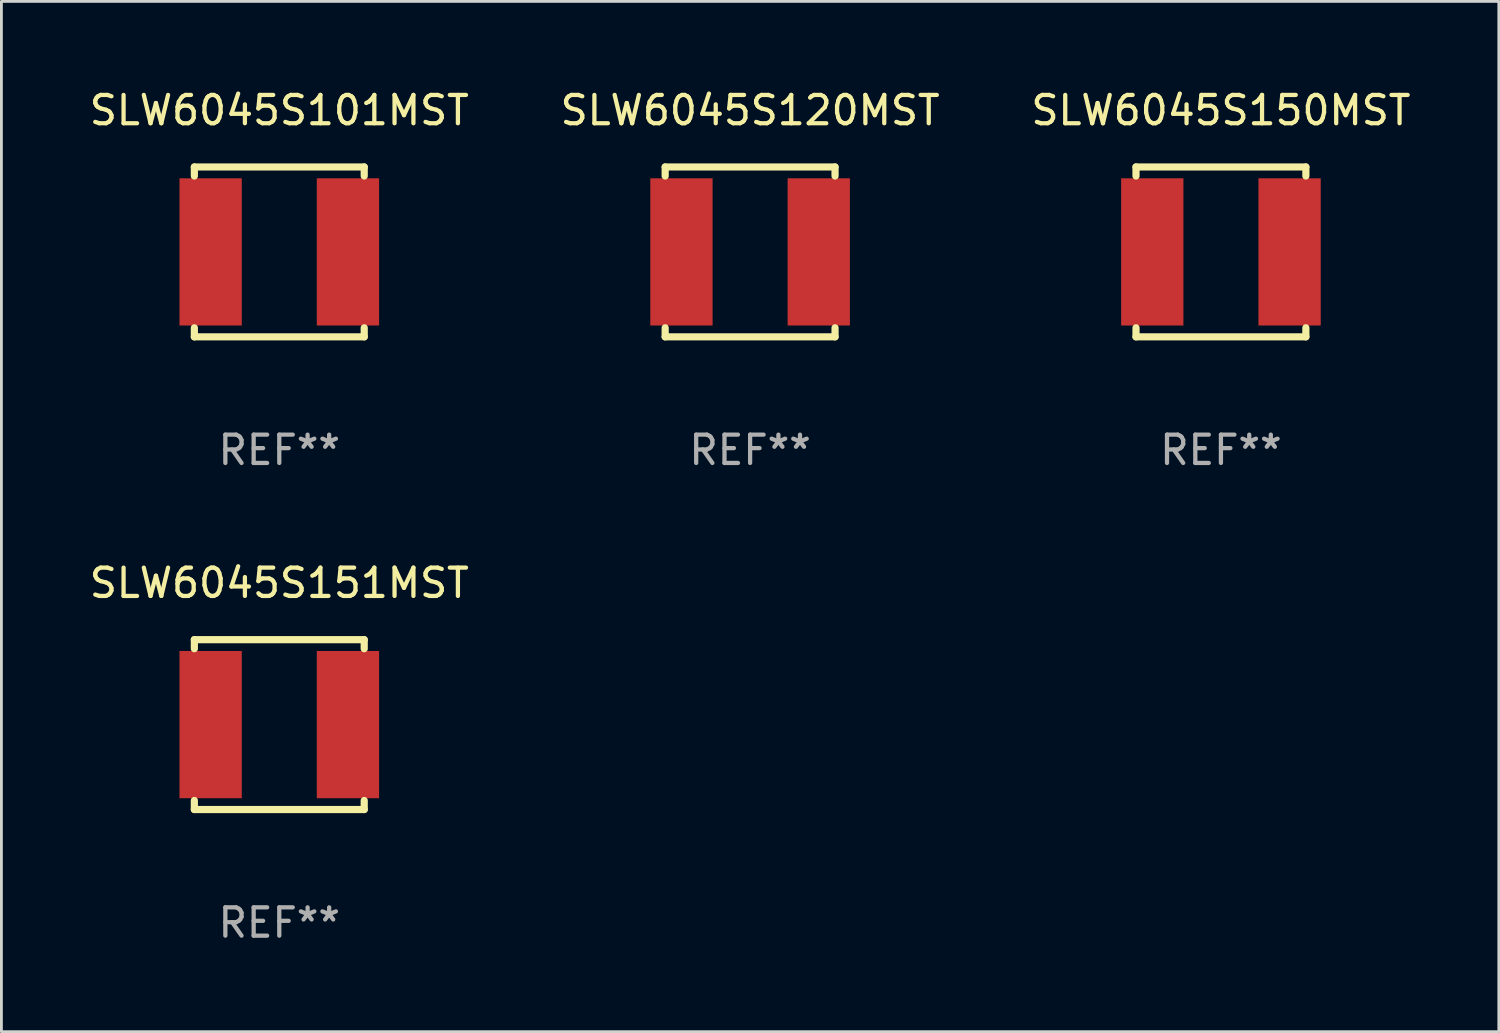
<source format=kicad_pcb>
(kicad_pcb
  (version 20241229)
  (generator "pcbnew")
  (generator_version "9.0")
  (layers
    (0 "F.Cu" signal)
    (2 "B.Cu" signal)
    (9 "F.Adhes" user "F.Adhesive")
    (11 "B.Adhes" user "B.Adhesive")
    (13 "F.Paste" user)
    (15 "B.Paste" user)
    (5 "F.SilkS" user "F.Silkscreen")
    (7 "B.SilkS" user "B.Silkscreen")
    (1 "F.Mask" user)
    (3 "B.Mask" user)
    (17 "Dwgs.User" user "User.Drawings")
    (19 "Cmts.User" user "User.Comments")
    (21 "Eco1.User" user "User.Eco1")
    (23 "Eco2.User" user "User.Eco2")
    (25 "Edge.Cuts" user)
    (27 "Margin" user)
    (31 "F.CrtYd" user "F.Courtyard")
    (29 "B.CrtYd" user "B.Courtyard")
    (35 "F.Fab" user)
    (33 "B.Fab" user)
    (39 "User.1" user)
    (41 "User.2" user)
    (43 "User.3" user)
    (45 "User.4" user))
  (footprint "SLW6045S120MST"
    (layer "F.Cu")
    (at 23.446 5.848)
    (property "Reference" "SLW6045S120MST" (at 0 -5 0) (layer "F.SilkS") (effects (font (size 1 1) (thickness 0.15))))
    (attr through_hole)
    (fp_line (start -3 -3) (end -3 -2.681) (stroke (width 0.254) (type solid)) (layer "F.SilkS"))
    (fp_line (start -3 -3) (end 3 -3) (stroke (width 0.254) (type solid)) (layer "F.SilkS"))
    (fp_line (start -3 2.681) (end -3 3) (stroke (width 0.254) (type solid)) (layer "F.SilkS"))
    (fp_line (start -3 3) (end 3 3) (stroke (width 0.254) (type solid)) (layer "F.SilkS"))
    (fp_line (start 3 -2.681) (end 3 -3) (stroke (width 0.254) (type solid)) (layer "F.SilkS"))
    (fp_line (start 3 3) (end 3 2.681) (stroke (width 0.254) (type solid)) (layer "F.SilkS"))
    (fp_circle (center -3 3) (end -2.97 3) (stroke (width 0.06) (type solid)) (fill no) (layer "F.SilkS"))
    (fp_text user "REF**" (at 0 7 0) (layer "F.Fab") (effects (font (size 1 1) (thickness 0.15))))
    (pad "1" smd rect (at -2.425 0) (size 2.2 5.2) (layers "F.Cu" "F.Mask" "F.Paste"))
    (pad "2" smd rect (at 2.425 0) (size 2.2 5.2) (layers "F.Cu" "F.Mask" "F.Paste")))
  (footprint "SLW6045S151MST"
    (layer "F.Cu")
    (at 6.815 22.545)
    (property "Reference" "SLW6045S151MST" (at 0 -5 0) (layer "F.SilkS") (effects (font (size 1 1) (thickness 0.15))))
    (attr through_hole)
    (fp_line (start -3 -3) (end -3 -2.681) (stroke (width 0.254) (type solid)) (layer "F.SilkS"))
    (fp_line (start -3 -3) (end 3 -3) (stroke (width 0.254) (type solid)) (layer "F.SilkS"))
    (fp_line (start -3 2.681) (end -3 3) (stroke (width 0.254) (type solid)) (layer "F.SilkS"))
    (fp_line (start -3 3) (end 3 3) (stroke (width 0.254) (type solid)) (layer "F.SilkS"))
    (fp_line (start 3 -2.681) (end 3 -3) (stroke (width 0.254) (type solid)) (layer "F.SilkS"))
    (fp_line (start 3 3) (end 3 2.681) (stroke (width 0.254) (type solid)) (layer "F.SilkS"))
    (fp_circle (center -3 3) (end -2.97 3) (stroke (width 0.06) (type solid)) (fill no) (layer "F.SilkS"))
    (fp_text user "REF**" (at 0 7 0) (layer "F.Fab") (effects (font (size 1 1) (thickness 0.15))))
    (pad "1" smd rect (at -2.425 0) (size 2.2 5.2) (layers "F.Cu" "F.Mask" "F.Paste"))
    (pad "2" smd rect (at 2.425 0) (size 2.2 5.2) (layers "F.Cu" "F.Mask" "F.Paste")))
  (footprint "SLW6045S101MST"
    (layer "F.Cu")
    (at 6.815 5.848)
    (property "Reference" "SLW6045S101MST" (at 0 -5 0) (layer "F.SilkS") (effects (font (size 1 1) (thickness 0.15))))
    (attr through_hole)
    (fp_line (start -3 -3) (end -3 -2.681) (stroke (width 0.254) (type solid)) (layer "F.SilkS"))
    (fp_line (start -3 -3) (end 3 -3) (stroke (width 0.254) (type solid)) (layer "F.SilkS"))
    (fp_line (start -3 2.681) (end -3 3) (stroke (width 0.254) (type solid)) (layer "F.SilkS"))
    (fp_line (start -3 3) (end 3 3) (stroke (width 0.254) (type solid)) (layer "F.SilkS"))
    (fp_line (start 3 -2.681) (end 3 -3) (stroke (width 0.254) (type solid)) (layer "F.SilkS"))
    (fp_line (start 3 3) (end 3 2.681) (stroke (width 0.254) (type solid)) (layer "F.SilkS"))
    (fp_circle (center -3 3) (end -2.97 3) (stroke (width 0.06) (type solid)) (fill no) (layer "F.SilkS"))
    (fp_text user "REF**" (at 0 7 0) (layer "F.Fab") (effects (font (size 1 1) (thickness 0.15))))
    (pad "1" smd rect (at -2.425 0) (size 2.2 5.2) (layers "F.Cu" "F.Mask" "F.Paste"))
    (pad "2" smd rect (at 2.425 0) (size 2.2 5.2) (layers "F.Cu" "F.Mask" "F.Paste")))
  (footprint "SLW6045S150MST"
    (layer "F.Cu")
    (at 40.077 5.848)
    (property "Reference" "SLW6045S150MST" (at 0 -5 0) (layer "F.SilkS") (effects (font (size 1 1) (thickness 0.15))))
    (attr through_hole)
    (fp_line (start -3 -3) (end -3 -2.681) (stroke (width 0.254) (type solid)) (layer "F.SilkS"))
    (fp_line (start -3 -3) (end 3 -3) (stroke (width 0.254) (type solid)) (layer "F.SilkS"))
    (fp_line (start -3 2.681) (end -3 3) (stroke (width 0.254) (type solid)) (layer "F.SilkS"))
    (fp_line (start -3 3) (end 3 3) (stroke (width 0.254) (type solid)) (layer "F.SilkS"))
    (fp_line (start 3 -2.681) (end 3 -3) (stroke (width 0.254) (type solid)) (layer "F.SilkS"))
    (fp_line (start 3 3) (end 3 2.681) (stroke (width 0.254) (type solid)) (layer "F.SilkS"))
    (fp_circle (center -3 3) (end -2.97 3) (stroke (width 0.06) (type solid)) (fill no) (layer "F.SilkS"))
    (fp_text user "REF**" (at 0 7 0) (layer "F.Fab") (effects (font (size 1 1) (thickness 0.15))))
    (pad "1" smd rect (at -2.425 0) (size 2.2 5.2) (layers "F.Cu" "F.Mask" "F.Paste"))
    (pad "2" smd rect (at 2.425 0) (size 2.2 5.2) (layers "F.Cu" "F.Mask" "F.Paste")))
  (gr_rect
    (start -3 -3)
    (end 49.893 33.393)
    (stroke (width 0.1) (type default))
    (fill no)
    (layer "Edge.Cuts")))
</source>
